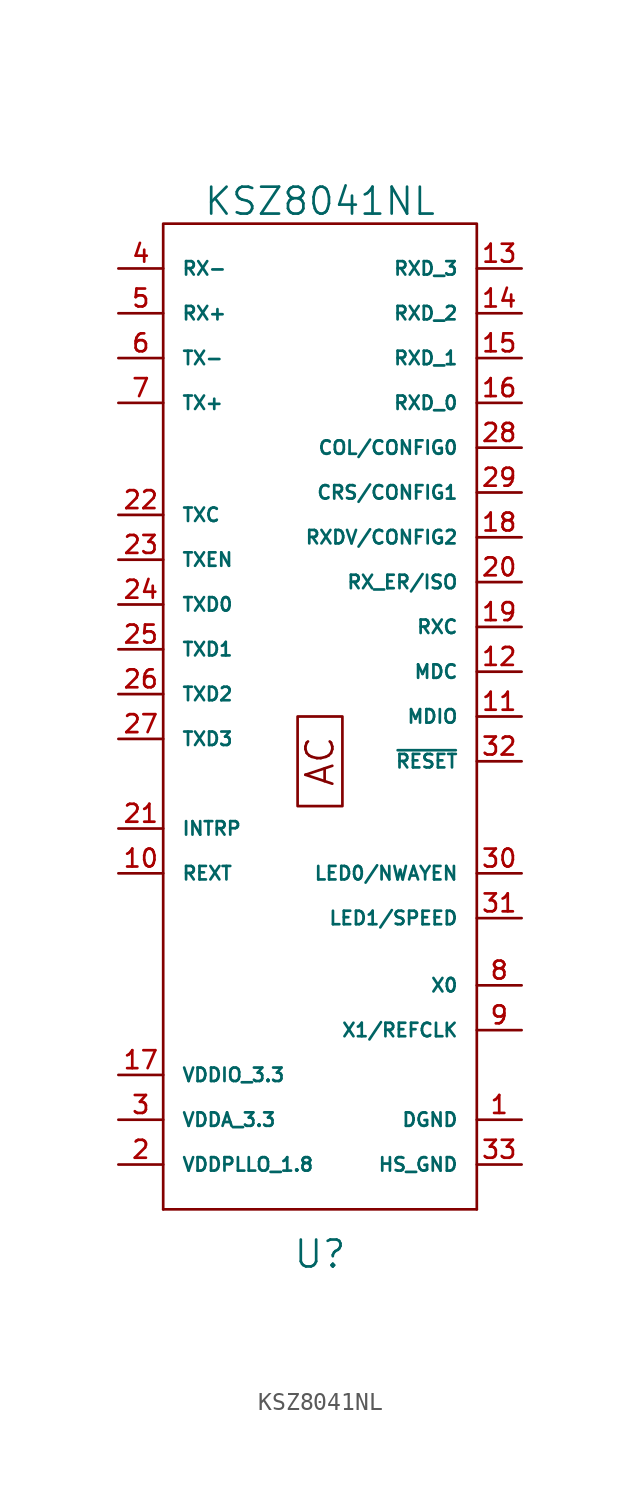
<source format=kicad_sym>
(kicad_symbol_lib
  (version 20220914)
  (generator kicad_symbol_editor)
  (symbol "KSZ8041NL"
    (pin_names
      (offset 1.016))
    (property "Reference" "U"
      (at 0 -30.48 0)
      (effects (font (size 1.524 1.524))))
    (property "Value" "KSZ8041NL"
      (at 0 29.21 0)
      (effects (font (size 1.524 1.524))))
    (property "Footprint" ""
      (at 0 0 0)
      (effects (font (size 1.524 1.524))))
    (property "Datasheet" ""
      (at 0 0 0)
      (effects (font (size 1.524 1.524))))
    (symbol "KSZ8041NL_0_0"
      (polyline (pts (xy 8.89 -27.94) (xy -8.89 -27.94) (xy -8.89 -27.94) (xy -8.89 -27.94)) (stroke (width 0) (type default)) (fill (type none)))
      (polyline (pts (xy 8.89 -27.94) (xy 8.89 27.94) (xy -8.89 27.94) (xy -8.89 -27.94) (xy -8.89 -27.94)) (stroke (width 0) (type default)) (fill (type none)))
      (polyline (pts (xy -1.27 0) (xy 1.27 0) (xy 1.27 -5.08) (xy -1.27 -5.08) (xy -1.27 0) (xy -1.27 0)) (stroke (width 0) (type default)) (fill (type none)))
      (text "AC" (at 0 -2.54 900) (effects (font (size 1.524 1.524)))))
    (symbol "KSZ8041NL_1_1"
      (pin passive line (at 11.43 -22.86 180) (length 2.54) (name "DGND" (effects (font (size 0.762 0.762)))) (number "1" (effects (font (size 1.016 1.016)))))
      (pin passive line (at -11.43 -8.89 0) (length 2.54) (name "REXT" (effects (font (size 0.762 0.762)))) (number "10" (effects (font (size 1.016 1.016)))))
      (pin passive line (at 11.43 0 180) (length 2.54) (name "MDIO" (effects (font (size 0.762 0.762)))) (number "11" (effects (font (size 1.016 1.016)))))
      (pin passive line (at 11.43 2.54 180) (length 2.54) (name "MDC" (effects (font (size 0.762 0.762)))) (number "12" (effects (font (size 1.016 1.016)))))
      (pin passive line (at 11.43 25.4 180) (length 2.54) (name "RXD_3" (effects (font (size 0.762 0.762)))) (number "13" (effects (font (size 1.016 1.016)))))
      (pin passive line (at 11.43 22.86 180) (length 2.54) (name "RXD_2" (effects (font (size 0.762 0.762)))) (number "14" (effects (font (size 1.016 1.016)))))
      (pin passive line (at 11.43 20.32 180) (length 2.54) (name "RXD_1" (effects (font (size 0.762 0.762)))) (number "15" (effects (font (size 1.016 1.016)))))
      (pin passive line (at 11.43 17.78 180) (length 2.54) (name "RXD_0" (effects (font (size 0.762 0.762)))) (number "16" (effects (font (size 1.016 1.016)))))
      (pin passive line (at -11.43 -20.32 0) (length 2.54) (name "VDDIO_3.3" (effects (font (size 0.762 0.762)))) (number "17" (effects (font (size 1.016 1.016)))))
      (pin passive line (at 11.43 10.16 180) (length 2.54) (name "RXDV/CONFIG2" (effects (font (size 0.762 0.762)))) (number "18" (effects (font (size 1.016 1.016)))))
      (pin passive line (at 11.43 5.08 180) (length 2.54) (name "RXC" (effects (font (size 0.762 0.762)))) (number "19" (effects (font (size 1.016 1.016)))))
      (pin passive line (at -11.43 -25.4 0) (length 2.54) (name "VDDPLLO_1.8" (effects (font (size 0.762 0.762)))) (number "2" (effects (font (size 1.016 1.016)))))
      (pin passive line (at 11.43 7.62 180) (length 2.54) (name "RX_ER/ISO" (effects (font (size 0.762 0.762)))) (number "20" (effects (font (size 1.016 1.016)))))
      (pin passive line (at -11.43 -6.35 0) (length 2.54) (name "INTRP" (effects (font (size 0.762 0.762)))) (number "21" (effects (font (size 1.016 1.016)))))
      (pin passive line (at -11.43 11.43 0) (length 2.54) (name "TXC" (effects (font (size 0.762 0.762)))) (number "22" (effects (font (size 1.016 1.016)))))
      (pin passive line (at -11.43 8.89 0) (length 2.54) (name "TXEN" (effects (font (size 0.762 0.762)))) (number "23" (effects (font (size 1.016 1.016)))))
      (pin passive line (at -11.43 6.35 0) (length 2.54) (name "TXD0" (effects (font (size 0.762 0.762)))) (number "24" (effects (font (size 1.016 1.016)))))
      (pin passive line (at -11.43 3.81 0) (length 2.54) (name "TXD1" (effects (font (size 0.762 0.762)))) (number "25" (effects (font (size 1.016 1.016)))))
      (pin passive line (at -11.43 1.27 0) (length 2.54) (name "TXD2" (effects (font (size 0.762 0.762)))) (number "26" (effects (font (size 1.016 1.016)))))
      (pin passive line (at -11.43 -1.27 0) (length 2.54) (name "TXD3" (effects (font (size 0.762 0.762)))) (number "27" (effects (font (size 1.016 1.016)))))
      (pin passive line (at 11.43 15.24 180) (length 2.54) (name "COL/CONFIG0" (effects (font (size 0.762 0.762)))) (number "28" (effects (font (size 1.016 1.016)))))
      (pin passive line (at 11.43 12.7 180) (length 2.54) (name "CRS/CONFIG1" (effects (font (size 0.762 0.762)))) (number "29" (effects (font (size 1.016 1.016)))))
      (pin passive line (at -11.43 -22.86 0) (length 2.54) (name "VDDA_3.3" (effects (font (size 0.762 0.762)))) (number "3" (effects (font (size 1.016 1.016)))))
      (pin passive line (at 11.43 -8.89 180) (length 2.54) (name "LED0/NWAYEN" (effects (font (size 0.762 0.762)))) (number "30" (effects (font (size 1.016 1.016)))))
      (pin passive line (at 11.43 -11.43 180) (length 2.54) (name "LED1/SPEED" (effects (font (size 0.762 0.762)))) (number "31" (effects (font (size 1.016 1.016)))))
      (pin passive line (at 11.43 -2.54 180) (length 2.54) (name "~{RESET}" (effects (font (size 0.762 0.762)))) (number "32" (effects (font (size 1.016 1.016)))))
      (pin passive line (at 11.43 -25.4 180) (length 2.54) (name "HS_GND" (effects (font (size 0.762 0.762)))) (number "33" (effects (font (size 1.016 1.016)))))
      (pin passive line (at -11.43 25.4 0) (length 2.54) (name "RX-" (effects (font (size 0.762 0.762)))) (number "4" (effects (font (size 1.016 1.016)))))
      (pin passive line (at -11.43 22.86 0) (length 2.54) (name "RX+" (effects (font (size 0.762 0.762)))) (number "5" (effects (font (size 1.016 1.016)))))
      (pin passive line (at -11.43 20.32 0) (length 2.54) (name "TX-" (effects (font (size 0.762 0.762)))) (number "6" (effects (font (size 1.016 1.016)))))
      (pin passive line (at -11.43 17.78 0) (length 2.54) (name "TX+" (effects (font (size 0.762 0.762)))) (number "7" (effects (font (size 1.016 1.016)))))
      (pin passive line (at 11.43 -15.24 180) (length 2.54) (name "X0" (effects (font (size 0.762 0.762)))) (number "8" (effects (font (size 1.016 1.016)))))
      (pin passive line (at 11.43 -17.78 180) (length 2.54) (name "X1/REFCLK" (effects (font (size 0.762 0.762)))) (number "9" (effects (font (size 1.016 1.016))))))))
</source>
